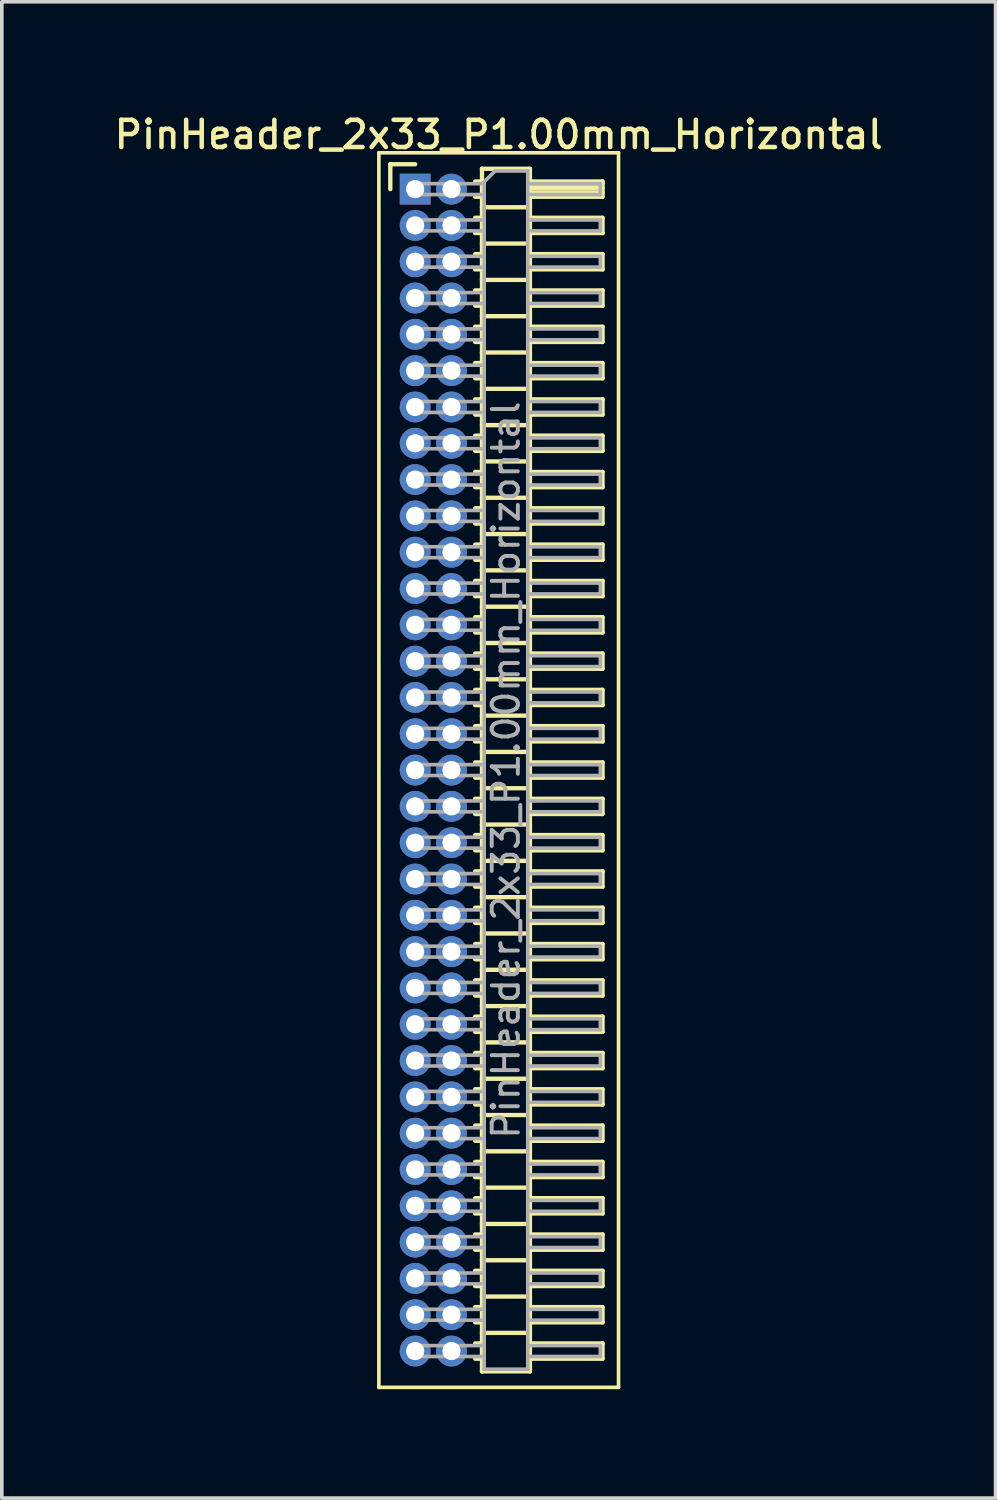
<source format=kicad_pcb>
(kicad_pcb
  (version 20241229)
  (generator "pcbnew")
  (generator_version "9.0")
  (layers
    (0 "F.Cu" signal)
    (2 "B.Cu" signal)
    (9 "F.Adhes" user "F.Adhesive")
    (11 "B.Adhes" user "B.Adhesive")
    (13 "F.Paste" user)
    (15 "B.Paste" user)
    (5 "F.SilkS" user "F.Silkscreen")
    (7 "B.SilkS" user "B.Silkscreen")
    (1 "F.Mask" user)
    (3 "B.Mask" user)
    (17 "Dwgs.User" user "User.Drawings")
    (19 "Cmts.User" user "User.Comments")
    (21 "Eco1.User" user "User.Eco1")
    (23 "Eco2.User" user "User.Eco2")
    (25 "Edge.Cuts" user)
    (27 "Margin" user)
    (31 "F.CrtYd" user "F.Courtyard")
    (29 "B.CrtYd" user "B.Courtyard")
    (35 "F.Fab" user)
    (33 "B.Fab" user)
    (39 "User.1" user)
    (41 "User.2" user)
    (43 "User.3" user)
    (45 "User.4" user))
  (footprint "PinHeader_2x33_P1.00mm_Horizontal"
    (layer "F.Cu")
    (at 8.384 2.158)
    (property "Reference" "PinHeader_2x33_P1.00mm_Horizontal" (at 2.3 -1.5 0) (layer "F.SilkS") (effects (font (size 0.75 0.75) (thickness 0.125))))
    (attr through_hole)
    (fp_line (start -1 -1) (end -1 33) (stroke (width 0.1) (type solid)) (layer "F.SilkS"))
    (fp_line (start -1 33) (end 5.6 33) (stroke (width 0.1) (type solid)) (layer "F.SilkS"))
    (fp_line (start -0.685 -0.685) (end 0 -0.685) (stroke (width 0.12) (type solid)) (layer "F.SilkS"))
    (fp_line (start -0.685 0) (end -0.685 -0.685) (stroke (width 0.12) (type solid)) (layer "F.SilkS"))
    (fp_line (start 1.652 -0.21) (end 1.84 -0.21) (stroke (width 0.12) (type solid)) (layer "F.SilkS"))
    (fp_line (start 1.652 0.21) (end 1.84 0.21) (stroke (width 0.12) (type solid)) (layer "F.SilkS"))
    (fp_line (start 1.652 0.79) (end 1.84 0.79) (stroke (width 0.12) (type solid)) (layer "F.SilkS"))
    (fp_line (start 1.652 1.21) (end 1.84 1.21) (stroke (width 0.12) (type solid)) (layer "F.SilkS"))
    (fp_line (start 1.652 1.79) (end 1.84 1.79) (stroke (width 0.12) (type solid)) (layer "F.SilkS"))
    (fp_line (start 1.652 2.21) (end 1.84 2.21) (stroke (width 0.12) (type solid)) (layer "F.SilkS"))
    (fp_line (start 1.652 2.79) (end 1.84 2.79) (stroke (width 0.12) (type solid)) (layer "F.SilkS"))
    (fp_line (start 1.652 3.21) (end 1.84 3.21) (stroke (width 0.12) (type solid)) (layer "F.SilkS"))
    (fp_line (start 1.652 3.79) (end 1.84 3.79) (stroke (width 0.12) (type solid)) (layer "F.SilkS"))
    (fp_line (start 1.652 4.21) (end 1.84 4.21) (stroke (width 0.12) (type solid)) (layer "F.SilkS"))
    (fp_line (start 1.652 4.79) (end 1.84 4.79) (stroke (width 0.12) (type solid)) (layer "F.SilkS"))
    (fp_line (start 1.652 5.21) (end 1.84 5.21) (stroke (width 0.12) (type solid)) (layer "F.SilkS"))
    (fp_line (start 1.652 5.79) (end 1.84 5.79) (stroke (width 0.12) (type solid)) (layer "F.SilkS"))
    (fp_line (start 1.652 6.21) (end 1.84 6.21) (stroke (width 0.12) (type solid)) (layer "F.SilkS"))
    (fp_line (start 1.652 6.79) (end 1.84 6.79) (stroke (width 0.12) (type solid)) (layer "F.SilkS"))
    (fp_line (start 1.652 7.21) (end 1.84 7.21) (stroke (width 0.12) (type solid)) (layer "F.SilkS"))
    (fp_line (start 1.652 7.79) (end 1.84 7.79) (stroke (width 0.12) (type solid)) (layer "F.SilkS"))
    (fp_line (start 1.652 8.21) (end 1.84 8.21) (stroke (width 0.12) (type solid)) (layer "F.SilkS"))
    (fp_line (start 1.652 8.79) (end 1.84 8.79) (stroke (width 0.12) (type solid)) (layer "F.SilkS"))
    (fp_line (start 1.652 9.21) (end 1.84 9.21) (stroke (width 0.12) (type solid)) (layer "F.SilkS"))
    (fp_line (start 1.652 9.79) (end 1.84 9.79) (stroke (width 0.12) (type solid)) (layer "F.SilkS"))
    (fp_line (start 1.652 10.21) (end 1.84 10.21) (stroke (width 0.12) (type solid)) (layer "F.SilkS"))
    (fp_line (start 1.652 10.79) (end 1.84 10.79) (stroke (width 0.12) (type solid)) (layer "F.SilkS"))
    (fp_line (start 1.652 11.21) (end 1.84 11.21) (stroke (width 0.12) (type solid)) (layer "F.SilkS"))
    (fp_line (start 1.652 11.79) (end 1.84 11.79) (stroke (width 0.12) (type solid)) (layer "F.SilkS"))
    (fp_line (start 1.652 12.21) (end 1.84 12.21) (stroke (width 0.12) (type solid)) (layer "F.SilkS"))
    (fp_line (start 1.652 12.79) (end 1.84 12.79) (stroke (width 0.12) (type solid)) (layer "F.SilkS"))
    (fp_line (start 1.652 13.21) (end 1.84 13.21) (stroke (width 0.12) (type solid)) (layer "F.SilkS"))
    (fp_line (start 1.652 13.79) (end 1.84 13.79) (stroke (width 0.12) (type solid)) (layer "F.SilkS"))
    (fp_line (start 1.652 14.21) (end 1.84 14.21) (stroke (width 0.12) (type solid)) (layer "F.SilkS"))
    (fp_line (start 1.652 14.79) (end 1.84 14.79) (stroke (width 0.12) (type solid)) (layer "F.SilkS"))
    (fp_line (start 1.652 15.21) (end 1.84 15.21) (stroke (width 0.12) (type solid)) (layer "F.SilkS"))
    (fp_line (start 1.652 15.79) (end 1.84 15.79) (stroke (width 0.12) (type solid)) (layer "F.SilkS"))
    (fp_line (start 1.652 16.21) (end 1.84 16.21) (stroke (width 0.12) (type solid)) (layer "F.SilkS"))
    (fp_line (start 1.652 16.79) (end 1.84 16.79) (stroke (width 0.12) (type solid)) (layer "F.SilkS"))
    (fp_line (start 1.652 17.21) (end 1.84 17.21) (stroke (width 0.12) (type solid)) (layer "F.SilkS"))
    (fp_line (start 1.652 17.79) (end 1.84 17.79) (stroke (width 0.12) (type solid)) (layer "F.SilkS"))
    (fp_line (start 1.652 18.21) (end 1.84 18.21) (stroke (width 0.12) (type solid)) (layer "F.SilkS"))
    (fp_line (start 1.652 18.79) (end 1.84 18.79) (stroke (width 0.12) (type solid)) (layer "F.SilkS"))
    (fp_line (start 1.652 19.21) (end 1.84 19.21) (stroke (width 0.12) (type solid)) (layer "F.SilkS"))
    (fp_line (start 1.652 19.79) (end 1.84 19.79) (stroke (width 0.12) (type solid)) (layer "F.SilkS"))
    (fp_line (start 1.652 20.21) (end 1.84 20.21) (stroke (width 0.12) (type solid)) (layer "F.SilkS"))
    (fp_line (start 1.652 20.79) (end 1.84 20.79) (stroke (width 0.12) (type solid)) (layer "F.SilkS"))
    (fp_line (start 1.652 21.21) (end 1.84 21.21) (stroke (width 0.12) (type solid)) (layer "F.SilkS"))
    (fp_line (start 1.652 21.79) (end 1.84 21.79) (stroke (width 0.12) (type solid)) (layer "F.SilkS"))
    (fp_line (start 1.652 22.21) (end 1.84 22.21) (stroke (width 0.12) (type solid)) (layer "F.SilkS"))
    (fp_line (start 1.652 22.79) (end 1.84 22.79) (stroke (width 0.12) (type solid)) (layer "F.SilkS"))
    (fp_line (start 1.652 23.21) (end 1.84 23.21) (stroke (width 0.12) (type solid)) (layer "F.SilkS"))
    (fp_line (start 1.652 23.79) (end 1.84 23.79) (stroke (width 0.12) (type solid)) (layer "F.SilkS"))
    (fp_line (start 1.652 24.21) (end 1.84 24.21) (stroke (width 0.12) (type solid)) (layer "F.SilkS"))
    (fp_line (start 1.652 24.79) (end 1.84 24.79) (stroke (width 0.12) (type solid)) (layer "F.SilkS"))
    (fp_line (start 1.652 25.21) (end 1.84 25.21) (stroke (width 0.12) (type solid)) (layer "F.SilkS"))
    (fp_line (start 1.652 25.79) (end 1.84 25.79) (stroke (width 0.12) (type solid)) (layer "F.SilkS"))
    (fp_line (start 1.652 26.21) (end 1.84 26.21) (stroke (width 0.12) (type solid)) (layer "F.SilkS"))
    (fp_line (start 1.652 26.79) (end 1.84 26.79) (stroke (width 0.12) (type solid)) (layer "F.SilkS"))
    (fp_line (start 1.652 27.21) (end 1.84 27.21) (stroke (width 0.12) (type solid)) (layer "F.SilkS"))
    (fp_line (start 1.652 27.79) (end 1.84 27.79) (stroke (width 0.12) (type solid)) (layer "F.SilkS"))
    (fp_line (start 1.652 28.21) (end 1.84 28.21) (stroke (width 0.12) (type solid)) (layer "F.SilkS"))
    (fp_line (start 1.652 28.79) (end 1.84 28.79) (stroke (width 0.12) (type solid)) (layer "F.SilkS"))
    (fp_line (start 1.652 29.21) (end 1.84 29.21) (stroke (width 0.12) (type solid)) (layer "F.SilkS"))
    (fp_line (start 1.652 29.79) (end 1.84 29.79) (stroke (width 0.12) (type solid)) (layer "F.SilkS"))
    (fp_line (start 1.652 30.21) (end 1.84 30.21) (stroke (width 0.12) (type solid)) (layer "F.SilkS"))
    (fp_line (start 1.652 30.79) (end 1.84 30.79) (stroke (width 0.12) (type solid)) (layer "F.SilkS"))
    (fp_line (start 1.652 31.21) (end 1.84 31.21) (stroke (width 0.12) (type solid)) (layer "F.SilkS"))
    (fp_line (start 1.652 31.79) (end 1.84 31.79) (stroke (width 0.12) (type solid)) (layer "F.SilkS"))
    (fp_line (start 1.652 32.21) (end 1.84 32.21) (stroke (width 0.12) (type solid)) (layer "F.SilkS"))
    (fp_line (start 1.84 -0.56) (end 1.84 32.56) (stroke (width 0.12) (type solid)) (layer "F.SilkS"))
    (fp_line (start 1.84 0.5) (end 3.16 0.5) (stroke (width 0.12) (type solid)) (layer "F.SilkS"))
    (fp_line (start 1.84 1.5) (end 3.16 1.5) (stroke (width 0.12) (type solid)) (layer "F.SilkS"))
    (fp_line (start 1.84 2.5) (end 3.16 2.5) (stroke (width 0.12) (type solid)) (layer "F.SilkS"))
    (fp_line (start 1.84 3.5) (end 3.16 3.5) (stroke (width 0.12) (type solid)) (layer "F.SilkS"))
    (fp_line (start 1.84 4.5) (end 3.16 4.5) (stroke (width 0.12) (type solid)) (layer "F.SilkS"))
    (fp_line (start 1.84 5.5) (end 3.16 5.5) (stroke (width 0.12) (type solid)) (layer "F.SilkS"))
    (fp_line (start 1.84 6.5) (end 3.16 6.5) (stroke (width 0.12) (type solid)) (layer "F.SilkS"))
    (fp_line (start 1.84 7.5) (end 3.16 7.5) (stroke (width 0.12) (type solid)) (layer "F.SilkS"))
    (fp_line (start 1.84 8.5) (end 3.16 8.5) (stroke (width 0.12) (type solid)) (layer "F.SilkS"))
    (fp_line (start 1.84 9.5) (end 3.16 9.5) (stroke (width 0.12) (type solid)) (layer "F.SilkS"))
    (fp_line (start 1.84 10.5) (end 3.16 10.5) (stroke (width 0.12) (type solid)) (layer "F.SilkS"))
    (fp_line (start 1.84 11.5) (end 3.16 11.5) (stroke (width 0.12) (type solid)) (layer "F.SilkS"))
    (fp_line (start 1.84 12.5) (end 3.16 12.5) (stroke (width 0.12) (type solid)) (layer "F.SilkS"))
    (fp_line (start 1.84 13.5) (end 3.16 13.5) (stroke (width 0.12) (type solid)) (layer "F.SilkS"))
    (fp_line (start 1.84 14.5) (end 3.16 14.5) (stroke (width 0.12) (type solid)) (layer "F.SilkS"))
    (fp_line (start 1.84 15.5) (end 3.16 15.5) (stroke (width 0.12) (type solid)) (layer "F.SilkS"))
    (fp_line (start 1.84 16.5) (end 3.16 16.5) (stroke (width 0.12) (type solid)) (layer "F.SilkS"))
    (fp_line (start 1.84 17.5) (end 3.16 17.5) (stroke (width 0.12) (type solid)) (layer "F.SilkS"))
    (fp_line (start 1.84 18.5) (end 3.16 18.5) (stroke (width 0.12) (type solid)) (layer "F.SilkS"))
    (fp_line (start 1.84 19.5) (end 3.16 19.5) (stroke (width 0.12) (type solid)) (layer "F.SilkS"))
    (fp_line (start 1.84 20.5) (end 3.16 20.5) (stroke (width 0.12) (type solid)) (layer "F.SilkS"))
    (fp_line (start 1.84 21.5) (end 3.16 21.5) (stroke (width 0.12) (type solid)) (layer "F.SilkS"))
    (fp_line (start 1.84 22.5) (end 3.16 22.5) (stroke (width 0.12) (type solid)) (layer "F.SilkS"))
    (fp_line (start 1.84 23.5) (end 3.16 23.5) (stroke (width 0.12) (type solid)) (layer "F.SilkS"))
    (fp_line (start 1.84 24.5) (end 3.16 24.5) (stroke (width 0.12) (type solid)) (layer "F.SilkS"))
    (fp_line (start 1.84 25.5) (end 3.16 25.5) (stroke (width 0.12) (type solid)) (layer "F.SilkS"))
    (fp_line (start 1.84 26.5) (end 3.16 26.5) (stroke (width 0.12) (type solid)) (layer "F.SilkS"))
    (fp_line (start 1.84 27.5) (end 3.16 27.5) (stroke (width 0.12) (type solid)) (layer "F.SilkS"))
    (fp_line (start 1.84 28.5) (end 3.16 28.5) (stroke (width 0.12) (type solid)) (layer "F.SilkS"))
    (fp_line (start 1.84 29.5) (end 3.16 29.5) (stroke (width 0.12) (type solid)) (layer "F.SilkS"))
    (fp_line (start 1.84 30.5) (end 3.16 30.5) (stroke (width 0.12) (type solid)) (layer "F.SilkS"))
    (fp_line (start 1.84 31.5) (end 3.16 31.5) (stroke (width 0.12) (type solid)) (layer "F.SilkS"))
    (fp_line (start 1.84 32.56) (end 3.16 32.56) (stroke (width 0.12) (type solid)) (layer "F.SilkS"))
    (fp_line (start 3.16 -0.56) (end 1.84 -0.56) (stroke (width 0.12) (type solid)) (layer "F.SilkS"))
    (fp_line (start 3.16 -0.21) (end 5.16 -0.21) (stroke (width 0.12) (type solid)) (layer "F.SilkS"))
    (fp_line (start 3.16 -0.15) (end 5.16 -0.15) (stroke (width 0.12) (type solid)) (layer "F.SilkS"))
    (fp_line (start 3.16 -0.03) (end 5.16 -0.03) (stroke (width 0.12) (type solid)) (layer "F.SilkS"))
    (fp_line (start 3.16 0.09) (end 5.16 0.09) (stroke (width 0.12) (type solid)) (layer "F.SilkS"))
    (fp_line (start 3.16 0.79) (end 5.16 0.79) (stroke (width 0.12) (type solid)) (layer "F.SilkS"))
    (fp_line (start 3.16 1.79) (end 5.16 1.79) (stroke (width 0.12) (type solid)) (layer "F.SilkS"))
    (fp_line (start 3.16 2.79) (end 5.16 2.79) (stroke (width 0.12) (type solid)) (layer "F.SilkS"))
    (fp_line (start 3.16 3.79) (end 5.16 3.79) (stroke (width 0.12) (type solid)) (layer "F.SilkS"))
    (fp_line (start 3.16 4.79) (end 5.16 4.79) (stroke (width 0.12) (type solid)) (layer "F.SilkS"))
    (fp_line (start 3.16 5.79) (end 5.16 5.79) (stroke (width 0.12) (type solid)) (layer "F.SilkS"))
    (fp_line (start 3.16 6.79) (end 5.16 6.79) (stroke (width 0.12) (type solid)) (layer "F.SilkS"))
    (fp_line (start 3.16 7.79) (end 5.16 7.79) (stroke (width 0.12) (type solid)) (layer "F.SilkS"))
    (fp_line (start 3.16 8.79) (end 5.16 8.79) (stroke (width 0.12) (type solid)) (layer "F.SilkS"))
    (fp_line (start 3.16 9.79) (end 5.16 9.79) (stroke (width 0.12) (type solid)) (layer "F.SilkS"))
    (fp_line (start 3.16 10.79) (end 5.16 10.79) (stroke (width 0.12) (type solid)) (layer "F.SilkS"))
    (fp_line (start 3.16 11.79) (end 5.16 11.79) (stroke (width 0.12) (type solid)) (layer "F.SilkS"))
    (fp_line (start 3.16 12.79) (end 5.16 12.79) (stroke (width 0.12) (type solid)) (layer "F.SilkS"))
    (fp_line (start 3.16 13.79) (end 5.16 13.79) (stroke (width 0.12) (type solid)) (layer "F.SilkS"))
    (fp_line (start 3.16 14.79) (end 5.16 14.79) (stroke (width 0.12) (type solid)) (layer "F.SilkS"))
    (fp_line (start 3.16 15.79) (end 5.16 15.79) (stroke (width 0.12) (type solid)) (layer "F.SilkS"))
    (fp_line (start 3.16 16.79) (end 5.16 16.79) (stroke (width 0.12) (type solid)) (layer "F.SilkS"))
    (fp_line (start 3.16 17.79) (end 5.16 17.79) (stroke (width 0.12) (type solid)) (layer "F.SilkS"))
    (fp_line (start 3.16 18.79) (end 5.16 18.79) (stroke (width 0.12) (type solid)) (layer "F.SilkS"))
    (fp_line (start 3.16 19.79) (end 5.16 19.79) (stroke (width 0.12) (type solid)) (layer "F.SilkS"))
    (fp_line (start 3.16 20.79) (end 5.16 20.79) (stroke (width 0.12) (type solid)) (layer "F.SilkS"))
    (fp_line (start 3.16 21.79) (end 5.16 21.79) (stroke (width 0.12) (type solid)) (layer "F.SilkS"))
    (fp_line (start 3.16 22.79) (end 5.16 22.79) (stroke (width 0.12) (type solid)) (layer "F.SilkS"))
    (fp_line (start 3.16 23.79) (end 5.16 23.79) (stroke (width 0.12) (type solid)) (layer "F.SilkS"))
    (fp_line (start 3.16 24.79) (end 5.16 24.79) (stroke (width 0.12) (type solid)) (layer "F.SilkS"))
    (fp_line (start 3.16 25.79) (end 5.16 25.79) (stroke (width 0.12) (type solid)) (layer "F.SilkS"))
    (fp_line (start 3.16 26.79) (end 5.16 26.79) (stroke (width 0.12) (type solid)) (layer "F.SilkS"))
    (fp_line (start 3.16 27.79) (end 5.16 27.79) (stroke (width 0.12) (type solid)) (layer "F.SilkS"))
    (fp_line (start 3.16 28.79) (end 5.16 28.79) (stroke (width 0.12) (type solid)) (layer "F.SilkS"))
    (fp_line (start 3.16 29.79) (end 5.16 29.79) (stroke (width 0.12) (type solid)) (layer "F.SilkS"))
    (fp_line (start 3.16 30.79) (end 5.16 30.79) (stroke (width 0.12) (type solid)) (layer "F.SilkS"))
    (fp_line (start 3.16 31.79) (end 5.16 31.79) (stroke (width 0.12) (type solid)) (layer "F.SilkS"))
    (fp_line (start 3.16 32.56) (end 3.16 -0.56) (stroke (width 0.12) (type solid)) (layer "F.SilkS"))
    (fp_line (start 5.16 -0.21) (end 5.16 0.21) (stroke (width 0.12) (type solid)) (layer "F.SilkS"))
    (fp_line (start 5.16 0.21) (end 3.16 0.21) (stroke (width 0.12) (type solid)) (layer "F.SilkS"))
    (fp_line (start 5.16 0.79) (end 5.16 1.21) (stroke (width 0.12) (type solid)) (layer "F.SilkS"))
    (fp_line (start 5.16 1.21) (end 3.16 1.21) (stroke (width 0.12) (type solid)) (layer "F.SilkS"))
    (fp_line (start 5.16 1.79) (end 5.16 2.21) (stroke (width 0.12) (type solid)) (layer "F.SilkS"))
    (fp_line (start 5.16 2.21) (end 3.16 2.21) (stroke (width 0.12) (type solid)) (layer "F.SilkS"))
    (fp_line (start 5.16 2.79) (end 5.16 3.21) (stroke (width 0.12) (type solid)) (layer "F.SilkS"))
    (fp_line (start 5.16 3.21) (end 3.16 3.21) (stroke (width 0.12) (type solid)) (layer "F.SilkS"))
    (fp_line (start 5.16 3.79) (end 5.16 4.21) (stroke (width 0.12) (type solid)) (layer "F.SilkS"))
    (fp_line (start 5.16 4.21) (end 3.16 4.21) (stroke (width 0.12) (type solid)) (layer "F.SilkS"))
    (fp_line (start 5.16 4.79) (end 5.16 5.21) (stroke (width 0.12) (type solid)) (layer "F.SilkS"))
    (fp_line (start 5.16 5.21) (end 3.16 5.21) (stroke (width 0.12) (type solid)) (layer "F.SilkS"))
    (fp_line (start 5.16 5.79) (end 5.16 6.21) (stroke (width 0.12) (type solid)) (layer "F.SilkS"))
    (fp_line (start 5.16 6.21) (end 3.16 6.21) (stroke (width 0.12) (type solid)) (layer "F.SilkS"))
    (fp_line (start 5.16 6.79) (end 5.16 7.21) (stroke (width 0.12) (type solid)) (layer "F.SilkS"))
    (fp_line (start 5.16 7.21) (end 3.16 7.21) (stroke (width 0.12) (type solid)) (layer "F.SilkS"))
    (fp_line (start 5.16 7.79) (end 5.16 8.21) (stroke (width 0.12) (type solid)) (layer "F.SilkS"))
    (fp_line (start 5.16 8.21) (end 3.16 8.21) (stroke (width 0.12) (type solid)) (layer "F.SilkS"))
    (fp_line (start 5.16 8.79) (end 5.16 9.21) (stroke (width 0.12) (type solid)) (layer "F.SilkS"))
    (fp_line (start 5.16 9.21) (end 3.16 9.21) (stroke (width 0.12) (type solid)) (layer "F.SilkS"))
    (fp_line (start 5.16 9.79) (end 5.16 10.21) (stroke (width 0.12) (type solid)) (layer "F.SilkS"))
    (fp_line (start 5.16 10.21) (end 3.16 10.21) (stroke (width 0.12) (type solid)) (layer "F.SilkS"))
    (fp_line (start 5.16 10.79) (end 5.16 11.21) (stroke (width 0.12) (type solid)) (layer "F.SilkS"))
    (fp_line (start 5.16 11.21) (end 3.16 11.21) (stroke (width 0.12) (type solid)) (layer "F.SilkS"))
    (fp_line (start 5.16 11.79) (end 5.16 12.21) (stroke (width 0.12) (type solid)) (layer "F.SilkS"))
    (fp_line (start 5.16 12.21) (end 3.16 12.21) (stroke (width 0.12) (type solid)) (layer "F.SilkS"))
    (fp_line (start 5.16 12.79) (end 5.16 13.21) (stroke (width 0.12) (type solid)) (layer "F.SilkS"))
    (fp_line (start 5.16 13.21) (end 3.16 13.21) (stroke (width 0.12) (type solid)) (layer "F.SilkS"))
    (fp_line (start 5.16 13.79) (end 5.16 14.21) (stroke (width 0.12) (type solid)) (layer "F.SilkS"))
    (fp_line (start 5.16 14.21) (end 3.16 14.21) (stroke (width 0.12) (type solid)) (layer "F.SilkS"))
    (fp_line (start 5.16 14.79) (end 5.16 15.21) (stroke (width 0.12) (type solid)) (layer "F.SilkS"))
    (fp_line (start 5.16 15.21) (end 3.16 15.21) (stroke (width 0.12) (type solid)) (layer "F.SilkS"))
    (fp_line (start 5.16 15.79) (end 5.16 16.21) (stroke (width 0.12) (type solid)) (layer "F.SilkS"))
    (fp_line (start 5.16 16.21) (end 3.16 16.21) (stroke (width 0.12) (type solid)) (layer "F.SilkS"))
    (fp_line (start 5.16 16.79) (end 5.16 17.21) (stroke (width 0.12) (type solid)) (layer "F.SilkS"))
    (fp_line (start 5.16 17.21) (end 3.16 17.21) (stroke (width 0.12) (type solid)) (layer "F.SilkS"))
    (fp_line (start 5.16 17.79) (end 5.16 18.21) (stroke (width 0.12) (type solid)) (layer "F.SilkS"))
    (fp_line (start 5.16 18.21) (end 3.16 18.21) (stroke (width 0.12) (type solid)) (layer "F.SilkS"))
    (fp_line (start 5.16 18.79) (end 5.16 19.21) (stroke (width 0.12) (type solid)) (layer "F.SilkS"))
    (fp_line (start 5.16 19.21) (end 3.16 19.21) (stroke (width 0.12) (type solid)) (layer "F.SilkS"))
    (fp_line (start 5.16 19.79) (end 5.16 20.21) (stroke (width 0.12) (type solid)) (layer "F.SilkS"))
    (fp_line (start 5.16 20.21) (end 3.16 20.21) (stroke (width 0.12) (type solid)) (layer "F.SilkS"))
    (fp_line (start 5.16 20.79) (end 5.16 21.21) (stroke (width 0.12) (type solid)) (layer "F.SilkS"))
    (fp_line (start 5.16 21.21) (end 3.16 21.21) (stroke (width 0.12) (type solid)) (layer "F.SilkS"))
    (fp_line (start 5.16 21.79) (end 5.16 22.21) (stroke (width 0.12) (type solid)) (layer "F.SilkS"))
    (fp_line (start 5.16 22.21) (end 3.16 22.21) (stroke (width 0.12) (type solid)) (layer "F.SilkS"))
    (fp_line (start 5.16 22.79) (end 5.16 23.21) (stroke (width 0.12) (type solid)) (layer "F.SilkS"))
    (fp_line (start 5.16 23.21) (end 3.16 23.21) (stroke (width 0.12) (type solid)) (layer "F.SilkS"))
    (fp_line (start 5.16 23.79) (end 5.16 24.21) (stroke (width 0.12) (type solid)) (layer "F.SilkS"))
    (fp_line (start 5.16 24.21) (end 3.16 24.21) (stroke (width 0.12) (type solid)) (layer "F.SilkS"))
    (fp_line (start 5.16 24.79) (end 5.16 25.21) (stroke (width 0.12) (type solid)) (layer "F.SilkS"))
    (fp_line (start 5.16 25.21) (end 3.16 25.21) (stroke (width 0.12) (type solid)) (layer "F.SilkS"))
    (fp_line (start 5.16 25.79) (end 5.16 26.21) (stroke (width 0.12) (type solid)) (layer "F.SilkS"))
    (fp_line (start 5.16 26.21) (end 3.16 26.21) (stroke (width 0.12) (type solid)) (layer "F.SilkS"))
    (fp_line (start 5.16 26.79) (end 5.16 27.21) (stroke (width 0.12) (type solid)) (layer "F.SilkS"))
    (fp_line (start 5.16 27.21) (end 3.16 27.21) (stroke (width 0.12) (type solid)) (layer "F.SilkS"))
    (fp_line (start 5.16 27.79) (end 5.16 28.21) (stroke (width 0.12) (type solid)) (layer "F.SilkS"))
    (fp_line (start 5.16 28.21) (end 3.16 28.21) (stroke (width 0.12) (type solid)) (layer "F.SilkS"))
    (fp_line (start 5.16 28.79) (end 5.16 29.21) (stroke (width 0.12) (type solid)) (layer "F.SilkS"))
    (fp_line (start 5.16 29.21) (end 3.16 29.21) (stroke (width 0.12) (type solid)) (layer "F.SilkS"))
    (fp_line (start 5.16 29.79) (end 5.16 30.21) (stroke (width 0.12) (type solid)) (layer "F.SilkS"))
    (fp_line (start 5.16 30.21) (end 3.16 30.21) (stroke (width 0.12) (type solid)) (layer "F.SilkS"))
    (fp_line (start 5.16 30.79) (end 5.16 31.21) (stroke (width 0.12) (type solid)) (layer "F.SilkS"))
    (fp_line (start 5.16 31.21) (end 3.16 31.21) (stroke (width 0.12) (type solid)) (layer "F.SilkS"))
    (fp_line (start 5.16 31.79) (end 5.16 32.21) (stroke (width 0.12) (type solid)) (layer "F.SilkS"))
    (fp_line (start 5.16 32.21) (end 3.16 32.21) (stroke (width 0.12) (type solid)) (layer "F.SilkS"))
    (fp_line (start 5.6 -1) (end -1 -1) (stroke (width 0.1) (type solid)) (layer "F.SilkS"))
    (fp_line (start 5.6 33) (end 5.6 -1) (stroke (width 0.1) (type solid)) (layer "F.SilkS"))
    (fp_line (start -0.15 -0.15) (end -0.15 0.15) (stroke (width 0.1) (type solid)) (layer "F.Fab"))
    (fp_line (start -0.15 -0.15) (end 1.9 -0.15) (stroke (width 0.1) (type solid)) (layer "F.Fab"))
    (fp_line (start -0.15 0.15) (end 1.9 0.15) (stroke (width 0.1) (type solid)) (layer "F.Fab"))
    (fp_line (start -0.15 0.85) (end -0.15 1.15) (stroke (width 0.1) (type solid)) (layer "F.Fab"))
    (fp_line (start -0.15 0.85) (end 1.9 0.85) (stroke (width 0.1) (type solid)) (layer "F.Fab"))
    (fp_line (start -0.15 1.15) (end 1.9 1.15) (stroke (width 0.1) (type solid)) (layer "F.Fab"))
    (fp_line (start -0.15 1.85) (end -0.15 2.15) (stroke (width 0.1) (type solid)) (layer "F.Fab"))
    (fp_line (start -0.15 1.85) (end 1.9 1.85) (stroke (width 0.1) (type solid)) (layer "F.Fab"))
    (fp_line (start -0.15 2.15) (end 1.9 2.15) (stroke (width 0.1) (type solid)) (layer "F.Fab"))
    (fp_line (start -0.15 2.85) (end -0.15 3.15) (stroke (width 0.1) (type solid)) (layer "F.Fab"))
    (fp_line (start -0.15 2.85) (end 1.9 2.85) (stroke (width 0.1) (type solid)) (layer "F.Fab"))
    (fp_line (start -0.15 3.15) (end 1.9 3.15) (stroke (width 0.1) (type solid)) (layer "F.Fab"))
    (fp_line (start -0.15 3.85) (end -0.15 4.15) (stroke (width 0.1) (type solid)) (layer "F.Fab"))
    (fp_line (start -0.15 3.85) (end 1.9 3.85) (stroke (width 0.1) (type solid)) (layer "F.Fab"))
    (fp_line (start -0.15 4.15) (end 1.9 4.15) (stroke (width 0.1) (type solid)) (layer "F.Fab"))
    (fp_line (start -0.15 4.85) (end -0.15 5.15) (stroke (width 0.1) (type solid)) (layer "F.Fab"))
    (fp_line (start -0.15 4.85) (end 1.9 4.85) (stroke (width 0.1) (type solid)) (layer "F.Fab"))
    (fp_line (start -0.15 5.15) (end 1.9 5.15) (stroke (width 0.1) (type solid)) (layer "F.Fab"))
    (fp_line (start -0.15 5.85) (end -0.15 6.15) (stroke (width 0.1) (type solid)) (layer "F.Fab"))
    (fp_line (start -0.15 5.85) (end 1.9 5.85) (stroke (width 0.1) (type solid)) (layer "F.Fab"))
    (fp_line (start -0.15 6.15) (end 1.9 6.15) (stroke (width 0.1) (type solid)) (layer "F.Fab"))
    (fp_line (start -0.15 6.85) (end -0.15 7.15) (stroke (width 0.1) (type solid)) (layer "F.Fab"))
    (fp_line (start -0.15 6.85) (end 1.9 6.85) (stroke (width 0.1) (type solid)) (layer "F.Fab"))
    (fp_line (start -0.15 7.15) (end 1.9 7.15) (stroke (width 0.1) (type solid)) (layer "F.Fab"))
    (fp_line (start -0.15 7.85) (end -0.15 8.15) (stroke (width 0.1) (type solid)) (layer "F.Fab"))
    (fp_line (start -0.15 7.85) (end 1.9 7.85) (stroke (width 0.1) (type solid)) (layer "F.Fab"))
    (fp_line (start -0.15 8.15) (end 1.9 8.15) (stroke (width 0.1) (type solid)) (layer "F.Fab"))
    (fp_line (start -0.15 8.85) (end -0.15 9.15) (stroke (width 0.1) (type solid)) (layer "F.Fab"))
    (fp_line (start -0.15 8.85) (end 1.9 8.85) (stroke (width 0.1) (type solid)) (layer "F.Fab"))
    (fp_line (start -0.15 9.15) (end 1.9 9.15) (stroke (width 0.1) (type solid)) (layer "F.Fab"))
    (fp_line (start -0.15 9.85) (end -0.15 10.15) (stroke (width 0.1) (type solid)) (layer "F.Fab"))
    (fp_line (start -0.15 9.85) (end 1.9 9.85) (stroke (width 0.1) (type solid)) (layer "F.Fab"))
    (fp_line (start -0.15 10.15) (end 1.9 10.15) (stroke (width 0.1) (type solid)) (layer "F.Fab"))
    (fp_line (start -0.15 10.85) (end -0.15 11.15) (stroke (width 0.1) (type solid)) (layer "F.Fab"))
    (fp_line (start -0.15 10.85) (end 1.9 10.85) (stroke (width 0.1) (type solid)) (layer "F.Fab"))
    (fp_line (start -0.15 11.15) (end 1.9 11.15) (stroke (width 0.1) (type solid)) (layer "F.Fab"))
    (fp_line (start -0.15 11.85) (end -0.15 12.15) (stroke (width 0.1) (type solid)) (layer "F.Fab"))
    (fp_line (start -0.15 11.85) (end 1.9 11.85) (stroke (width 0.1) (type solid)) (layer "F.Fab"))
    (fp_line (start -0.15 12.15) (end 1.9 12.15) (stroke (width 0.1) (type solid)) (layer "F.Fab"))
    (fp_line (start -0.15 12.85) (end -0.15 13.15) (stroke (width 0.1) (type solid)) (layer "F.Fab"))
    (fp_line (start -0.15 12.85) (end 1.9 12.85) (stroke (width 0.1) (type solid)) (layer "F.Fab"))
    (fp_line (start -0.15 13.15) (end 1.9 13.15) (stroke (width 0.1) (type solid)) (layer "F.Fab"))
    (fp_line (start -0.15 13.85) (end -0.15 14.15) (stroke (width 0.1) (type solid)) (layer "F.Fab"))
    (fp_line (start -0.15 13.85) (end 1.9 13.85) (stroke (width 0.1) (type solid)) (layer "F.Fab"))
    (fp_line (start -0.15 14.15) (end 1.9 14.15) (stroke (width 0.1) (type solid)) (layer "F.Fab"))
    (fp_line (start -0.15 14.85) (end -0.15 15.15) (stroke (width 0.1) (type solid)) (layer "F.Fab"))
    (fp_line (start -0.15 14.85) (end 1.9 14.85) (stroke (width 0.1) (type solid)) (layer "F.Fab"))
    (fp_line (start -0.15 15.15) (end 1.9 15.15) (stroke (width 0.1) (type solid)) (layer "F.Fab"))
    (fp_line (start -0.15 15.85) (end -0.15 16.15) (stroke (width 0.1) (type solid)) (layer "F.Fab"))
    (fp_line (start -0.15 15.85) (end 1.9 15.85) (stroke (width 0.1) (type solid)) (layer "F.Fab"))
    (fp_line (start -0.15 16.15) (end 1.9 16.15) (stroke (width 0.1) (type solid)) (layer "F.Fab"))
    (fp_line (start -0.15 16.85) (end -0.15 17.15) (stroke (width 0.1) (type solid)) (layer "F.Fab"))
    (fp_line (start -0.15 16.85) (end 1.9 16.85) (stroke (width 0.1) (type solid)) (layer "F.Fab"))
    (fp_line (start -0.15 17.15) (end 1.9 17.15) (stroke (width 0.1) (type solid)) (layer "F.Fab"))
    (fp_line (start -0.15 17.85) (end -0.15 18.15) (stroke (width 0.1) (type solid)) (layer "F.Fab"))
    (fp_line (start -0.15 17.85) (end 1.9 17.85) (stroke (width 0.1) (type solid)) (layer "F.Fab"))
    (fp_line (start -0.15 18.15) (end 1.9 18.15) (stroke (width 0.1) (type solid)) (layer "F.Fab"))
    (fp_line (start -0.15 18.85) (end -0.15 19.15) (stroke (width 0.1) (type solid)) (layer "F.Fab"))
    (fp_line (start -0.15 18.85) (end 1.9 18.85) (stroke (width 0.1) (type solid)) (layer "F.Fab"))
    (fp_line (start -0.15 19.15) (end 1.9 19.15) (stroke (width 0.1) (type solid)) (layer "F.Fab"))
    (fp_line (start -0.15 19.85) (end -0.15 20.15) (stroke (width 0.1) (type solid)) (layer "F.Fab"))
    (fp_line (start -0.15 19.85) (end 1.9 19.85) (stroke (width 0.1) (type solid)) (layer "F.Fab"))
    (fp_line (start -0.15 20.15) (end 1.9 20.15) (stroke (width 0.1) (type solid)) (layer "F.Fab"))
    (fp_line (start -0.15 20.85) (end -0.15 21.15) (stroke (width 0.1) (type solid)) (layer "F.Fab"))
    (fp_line (start -0.15 20.85) (end 1.9 20.85) (stroke (width 0.1) (type solid)) (layer "F.Fab"))
    (fp_line (start -0.15 21.15) (end 1.9 21.15) (stroke (width 0.1) (type solid)) (layer "F.Fab"))
    (fp_line (start -0.15 21.85) (end -0.15 22.15) (stroke (width 0.1) (type solid)) (layer "F.Fab"))
    (fp_line (start -0.15 21.85) (end 1.9 21.85) (stroke (width 0.1) (type solid)) (layer "F.Fab"))
    (fp_line (start -0.15 22.15) (end 1.9 22.15) (stroke (width 0.1) (type solid)) (layer "F.Fab"))
    (fp_line (start -0.15 22.85) (end -0.15 23.15) (stroke (width 0.1) (type solid)) (layer "F.Fab"))
    (fp_line (start -0.15 22.85) (end 1.9 22.85) (stroke (width 0.1) (type solid)) (layer "F.Fab"))
    (fp_line (start -0.15 23.15) (end 1.9 23.15) (stroke (width 0.1) (type solid)) (layer "F.Fab"))
    (fp_line (start -0.15 23.85) (end -0.15 24.15) (stroke (width 0.1) (type solid)) (layer "F.Fab"))
    (fp_line (start -0.15 23.85) (end 1.9 23.85) (stroke (width 0.1) (type solid)) (layer "F.Fab"))
    (fp_line (start -0.15 24.15) (end 1.9 24.15) (stroke (width 0.1) (type solid)) (layer "F.Fab"))
    (fp_line (start -0.15 24.85) (end -0.15 25.15) (stroke (width 0.1) (type solid)) (layer "F.Fab"))
    (fp_line (start -0.15 24.85) (end 1.9 24.85) (stroke (width 0.1) (type solid)) (layer "F.Fab"))
    (fp_line (start -0.15 25.15) (end 1.9 25.15) (stroke (width 0.1) (type solid)) (layer "F.Fab"))
    (fp_line (start -0.15 25.85) (end -0.15 26.15) (stroke (width 0.1) (type solid)) (layer "F.Fab"))
    (fp_line (start -0.15 25.85) (end 1.9 25.85) (stroke (width 0.1) (type solid)) (layer "F.Fab"))
    (fp_line (start -0.15 26.15) (end 1.9 26.15) (stroke (width 0.1) (type solid)) (layer "F.Fab"))
    (fp_line (start -0.15 26.85) (end -0.15 27.15) (stroke (width 0.1) (type solid)) (layer "F.Fab"))
    (fp_line (start -0.15 26.85) (end 1.9 26.85) (stroke (width 0.1) (type solid)) (layer "F.Fab"))
    (fp_line (start -0.15 27.15) (end 1.9 27.15) (stroke (width 0.1) (type solid)) (layer "F.Fab"))
    (fp_line (start -0.15 27.85) (end -0.15 28.15) (stroke (width 0.1) (type solid)) (layer "F.Fab"))
    (fp_line (start -0.15 27.85) (end 1.9 27.85) (stroke (width 0.1) (type solid)) (layer "F.Fab"))
    (fp_line (start -0.15 28.15) (end 1.9 28.15) (stroke (width 0.1) (type solid)) (layer "F.Fab"))
    (fp_line (start -0.15 28.85) (end -0.15 29.15) (stroke (width 0.1) (type solid)) (layer "F.Fab"))
    (fp_line (start -0.15 28.85) (end 1.9 28.85) (stroke (width 0.1) (type solid)) (layer "F.Fab"))
    (fp_line (start -0.15 29.15) (end 1.9 29.15) (stroke (width 0.1) (type solid)) (layer "F.Fab"))
    (fp_line (start -0.15 29.85) (end -0.15 30.15) (stroke (width 0.1) (type solid)) (layer "F.Fab"))
    (fp_line (start -0.15 29.85) (end 1.9 29.85) (stroke (width 0.1) (type solid)) (layer "F.Fab"))
    (fp_line (start -0.15 30.15) (end 1.9 30.15) (stroke (width 0.1) (type solid)) (layer "F.Fab"))
    (fp_line (start -0.15 30.85) (end -0.15 31.15) (stroke (width 0.1) (type solid)) (layer "F.Fab"))
    (fp_line (start -0.15 30.85) (end 1.9 30.85) (stroke (width 0.1) (type solid)) (layer "F.Fab"))
    (fp_line (start -0.15 31.15) (end 1.9 31.15) (stroke (width 0.1) (type solid)) (layer "F.Fab"))
    (fp_line (start -0.15 31.85) (end -0.15 32.15) (stroke (width 0.1) (type solid)) (layer "F.Fab"))
    (fp_line (start -0.15 31.85) (end 1.9 31.85) (stroke (width 0.1) (type solid)) (layer "F.Fab"))
    (fp_line (start -0.15 32.15) (end 1.9 32.15) (stroke (width 0.1) (type solid)) (layer "F.Fab"))
    (fp_line (start 1.9 -0.2) (end 2.2 -0.5) (stroke (width 0.1) (type solid)) (layer "F.Fab"))
    (fp_line (start 1.9 32.5) (end 1.9 -0.2) (stroke (width 0.1) (type solid)) (layer "F.Fab"))
    (fp_line (start 2.2 -0.5) (end 3.1 -0.5) (stroke (width 0.1) (type solid)) (layer "F.Fab"))
    (fp_line (start 3.1 -0.5) (end 3.1 32.5) (stroke (width 0.1) (type solid)) (layer "F.Fab"))
    (fp_line (start 3.1 -0.15) (end 5.1 -0.15) (stroke (width 0.1) (type solid)) (layer "F.Fab"))
    (fp_line (start 3.1 0.15) (end 5.1 0.15) (stroke (width 0.1) (type solid)) (layer "F.Fab"))
    (fp_line (start 3.1 0.85) (end 5.1 0.85) (stroke (width 0.1) (type solid)) (layer "F.Fab"))
    (fp_line (start 3.1 1.15) (end 5.1 1.15) (stroke (width 0.1) (type solid)) (layer "F.Fab"))
    (fp_line (start 3.1 1.85) (end 5.1 1.85) (stroke (width 0.1) (type solid)) (layer "F.Fab"))
    (fp_line (start 3.1 2.15) (end 5.1 2.15) (stroke (width 0.1) (type solid)) (layer "F.Fab"))
    (fp_line (start 3.1 2.85) (end 5.1 2.85) (stroke (width 0.1) (type solid)) (layer "F.Fab"))
    (fp_line (start 3.1 3.15) (end 5.1 3.15) (stroke (width 0.1) (type solid)) (layer "F.Fab"))
    (fp_line (start 3.1 3.85) (end 5.1 3.85) (stroke (width 0.1) (type solid)) (layer "F.Fab"))
    (fp_line (start 3.1 4.15) (end 5.1 4.15) (stroke (width 0.1) (type solid)) (layer "F.Fab"))
    (fp_line (start 3.1 4.85) (end 5.1 4.85) (stroke (width 0.1) (type solid)) (layer "F.Fab"))
    (fp_line (start 3.1 5.15) (end 5.1 5.15) (stroke (width 0.1) (type solid)) (layer "F.Fab"))
    (fp_line (start 3.1 5.85) (end 5.1 5.85) (stroke (width 0.1) (type solid)) (layer "F.Fab"))
    (fp_line (start 3.1 6.15) (end 5.1 6.15) (stroke (width 0.1) (type solid)) (layer "F.Fab"))
    (fp_line (start 3.1 6.85) (end 5.1 6.85) (stroke (width 0.1) (type solid)) (layer "F.Fab"))
    (fp_line (start 3.1 7.15) (end 5.1 7.15) (stroke (width 0.1) (type solid)) (layer "F.Fab"))
    (fp_line (start 3.1 7.85) (end 5.1 7.85) (stroke (width 0.1) (type solid)) (layer "F.Fab"))
    (fp_line (start 3.1 8.15) (end 5.1 8.15) (stroke (width 0.1) (type solid)) (layer "F.Fab"))
    (fp_line (start 3.1 8.85) (end 5.1 8.85) (stroke (width 0.1) (type solid)) (layer "F.Fab"))
    (fp_line (start 3.1 9.15) (end 5.1 9.15) (stroke (width 0.1) (type solid)) (layer "F.Fab"))
    (fp_line (start 3.1 9.85) (end 5.1 9.85) (stroke (width 0.1) (type solid)) (layer "F.Fab"))
    (fp_line (start 3.1 10.15) (end 5.1 10.15) (stroke (width 0.1) (type solid)) (layer "F.Fab"))
    (fp_line (start 3.1 10.85) (end 5.1 10.85) (stroke (width 0.1) (type solid)) (layer "F.Fab"))
    (fp_line (start 3.1 11.15) (end 5.1 11.15) (stroke (width 0.1) (type solid)) (layer "F.Fab"))
    (fp_line (start 3.1 11.85) (end 5.1 11.85) (stroke (width 0.1) (type solid)) (layer "F.Fab"))
    (fp_line (start 3.1 12.15) (end 5.1 12.15) (stroke (width 0.1) (type solid)) (layer "F.Fab"))
    (fp_line (start 3.1 12.85) (end 5.1 12.85) (stroke (width 0.1) (type solid)) (layer "F.Fab"))
    (fp_line (start 3.1 13.15) (end 5.1 13.15) (stroke (width 0.1) (type solid)) (layer "F.Fab"))
    (fp_line (start 3.1 13.85) (end 5.1 13.85) (stroke (width 0.1) (type solid)) (layer "F.Fab"))
    (fp_line (start 3.1 14.15) (end 5.1 14.15) (stroke (width 0.1) (type solid)) (layer "F.Fab"))
    (fp_line (start 3.1 14.85) (end 5.1 14.85) (stroke (width 0.1) (type solid)) (layer "F.Fab"))
    (fp_line (start 3.1 15.15) (end 5.1 15.15) (stroke (width 0.1) (type solid)) (layer "F.Fab"))
    (fp_line (start 3.1 15.85) (end 5.1 15.85) (stroke (width 0.1) (type solid)) (layer "F.Fab"))
    (fp_line (start 3.1 16.15) (end 5.1 16.15) (stroke (width 0.1) (type solid)) (layer "F.Fab"))
    (fp_line (start 3.1 16.85) (end 5.1 16.85) (stroke (width 0.1) (type solid)) (layer "F.Fab"))
    (fp_line (start 3.1 17.15) (end 5.1 17.15) (stroke (width 0.1) (type solid)) (layer "F.Fab"))
    (fp_line (start 3.1 17.85) (end 5.1 17.85) (stroke (width 0.1) (type solid)) (layer "F.Fab"))
    (fp_line (start 3.1 18.15) (end 5.1 18.15) (stroke (width 0.1) (type solid)) (layer "F.Fab"))
    (fp_line (start 3.1 18.85) (end 5.1 18.85) (stroke (width 0.1) (type solid)) (layer "F.Fab"))
    (fp_line (start 3.1 19.15) (end 5.1 19.15) (stroke (width 0.1) (type solid)) (layer "F.Fab"))
    (fp_line (start 3.1 19.85) (end 5.1 19.85) (stroke (width 0.1) (type solid)) (layer "F.Fab"))
    (fp_line (start 3.1 20.15) (end 5.1 20.15) (stroke (width 0.1) (type solid)) (layer "F.Fab"))
    (fp_line (start 3.1 20.85) (end 5.1 20.85) (stroke (width 0.1) (type solid)) (layer "F.Fab"))
    (fp_line (start 3.1 21.15) (end 5.1 21.15) (stroke (width 0.1) (type solid)) (layer "F.Fab"))
    (fp_line (start 3.1 21.85) (end 5.1 21.85) (stroke (width 0.1) (type solid)) (layer "F.Fab"))
    (fp_line (start 3.1 22.15) (end 5.1 22.15) (stroke (width 0.1) (type solid)) (layer "F.Fab"))
    (fp_line (start 3.1 22.85) (end 5.1 22.85) (stroke (width 0.1) (type solid)) (layer "F.Fab"))
    (fp_line (start 3.1 23.15) (end 5.1 23.15) (stroke (width 0.1) (type solid)) (layer "F.Fab"))
    (fp_line (start 3.1 23.85) (end 5.1 23.85) (stroke (width 0.1) (type solid)) (layer "F.Fab"))
    (fp_line (start 3.1 24.15) (end 5.1 24.15) (stroke (width 0.1) (type solid)) (layer "F.Fab"))
    (fp_line (start 3.1 24.85) (end 5.1 24.85) (stroke (width 0.1) (type solid)) (layer "F.Fab"))
    (fp_line (start 3.1 25.15) (end 5.1 25.15) (stroke (width 0.1) (type solid)) (layer "F.Fab"))
    (fp_line (start 3.1 25.85) (end 5.1 25.85) (stroke (width 0.1) (type solid)) (layer "F.Fab"))
    (fp_line (start 3.1 26.15) (end 5.1 26.15) (stroke (width 0.1) (type solid)) (layer "F.Fab"))
    (fp_line (start 3.1 26.85) (end 5.1 26.85) (stroke (width 0.1) (type solid)) (layer "F.Fab"))
    (fp_line (start 3.1 27.15) (end 5.1 27.15) (stroke (width 0.1) (type solid)) (layer "F.Fab"))
    (fp_line (start 3.1 27.85) (end 5.1 27.85) (stroke (width 0.1) (type solid)) (layer "F.Fab"))
    (fp_line (start 3.1 28.15) (end 5.1 28.15) (stroke (width 0.1) (type solid)) (layer "F.Fab"))
    (fp_line (start 3.1 28.85) (end 5.1 28.85) (stroke (width 0.1) (type solid)) (layer "F.Fab"))
    (fp_line (start 3.1 29.15) (end 5.1 29.15) (stroke (width 0.1) (type solid)) (layer "F.Fab"))
    (fp_line (start 3.1 29.85) (end 5.1 29.85) (stroke (width 0.1) (type solid)) (layer "F.Fab"))
    (fp_line (start 3.1 30.15) (end 5.1 30.15) (stroke (width 0.1) (type solid)) (layer "F.Fab"))
    (fp_line (start 3.1 30.85) (end 5.1 30.85) (stroke (width 0.1) (type solid)) (layer "F.Fab"))
    (fp_line (start 3.1 31.15) (end 5.1 31.15) (stroke (width 0.1) (type solid)) (layer "F.Fab"))
    (fp_line (start 3.1 31.85) (end 5.1 31.85) (stroke (width 0.1) (type solid)) (layer "F.Fab"))
    (fp_line (start 3.1 32.15) (end 5.1 32.15) (stroke (width 0.1) (type solid)) (layer "F.Fab"))
    (fp_line (start 3.1 32.5) (end 1.9 32.5) (stroke (width 0.1) (type solid)) (layer "F.Fab"))
    (fp_line (start 5.1 -0.15) (end 5.1 0.15) (stroke (width 0.1) (type solid)) (layer "F.Fab"))
    (fp_line (start 5.1 0.85) (end 5.1 1.15) (stroke (width 0.1) (type solid)) (layer "F.Fab"))
    (fp_line (start 5.1 1.85) (end 5.1 2.15) (stroke (width 0.1) (type solid)) (layer "F.Fab"))
    (fp_line (start 5.1 2.85) (end 5.1 3.15) (stroke (width 0.1) (type solid)) (layer "F.Fab"))
    (fp_line (start 5.1 3.85) (end 5.1 4.15) (stroke (width 0.1) (type solid)) (layer "F.Fab"))
    (fp_line (start 5.1 4.85) (end 5.1 5.15) (stroke (width 0.1) (type solid)) (layer "F.Fab"))
    (fp_line (start 5.1 5.85) (end 5.1 6.15) (stroke (width 0.1) (type solid)) (layer "F.Fab"))
    (fp_line (start 5.1 6.85) (end 5.1 7.15) (stroke (width 0.1) (type solid)) (layer "F.Fab"))
    (fp_line (start 5.1 7.85) (end 5.1 8.15) (stroke (width 0.1) (type solid)) (layer "F.Fab"))
    (fp_line (start 5.1 8.85) (end 5.1 9.15) (stroke (width 0.1) (type solid)) (layer "F.Fab"))
    (fp_line (start 5.1 9.85) (end 5.1 10.15) (stroke (width 0.1) (type solid)) (layer "F.Fab"))
    (fp_line (start 5.1 10.85) (end 5.1 11.15) (stroke (width 0.1) (type solid)) (layer "F.Fab"))
    (fp_line (start 5.1 11.85) (end 5.1 12.15) (stroke (width 0.1) (type solid)) (layer "F.Fab"))
    (fp_line (start 5.1 12.85) (end 5.1 13.15) (stroke (width 0.1) (type solid)) (layer "F.Fab"))
    (fp_line (start 5.1 13.85) (end 5.1 14.15) (stroke (width 0.1) (type solid)) (layer "F.Fab"))
    (fp_line (start 5.1 14.85) (end 5.1 15.15) (stroke (width 0.1) (type solid)) (layer "F.Fab"))
    (fp_line (start 5.1 15.85) (end 5.1 16.15) (stroke (width 0.1) (type solid)) (layer "F.Fab"))
    (fp_line (start 5.1 16.85) (end 5.1 17.15) (stroke (width 0.1) (type solid)) (layer "F.Fab"))
    (fp_line (start 5.1 17.85) (end 5.1 18.15) (stroke (width 0.1) (type solid)) (layer "F.Fab"))
    (fp_line (start 5.1 18.85) (end 5.1 19.15) (stroke (width 0.1) (type solid)) (layer "F.Fab"))
    (fp_line (start 5.1 19.85) (end 5.1 20.15) (stroke (width 0.1) (type solid)) (layer "F.Fab"))
    (fp_line (start 5.1 20.85) (end 5.1 21.15) (stroke (width 0.1) (type solid)) (layer "F.Fab"))
    (fp_line (start 5.1 21.85) (end 5.1 22.15) (stroke (width 0.1) (type solid)) (layer "F.Fab"))
    (fp_line (start 5.1 22.85) (end 5.1 23.15) (stroke (width 0.1) (type solid)) (layer "F.Fab"))
    (fp_line (start 5.1 23.85) (end 5.1 24.15) (stroke (width 0.1) (type solid)) (layer "F.Fab"))
    (fp_line (start 5.1 24.85) (end 5.1 25.15) (stroke (width 0.1) (type solid)) (layer "F.Fab"))
    (fp_line (start 5.1 25.85) (end 5.1 26.15) (stroke (width 0.1) (type solid)) (layer "F.Fab"))
    (fp_line (start 5.1 26.85) (end 5.1 27.15) (stroke (width 0.1) (type solid)) (layer "F.Fab"))
    (fp_line (start 5.1 27.85) (end 5.1 28.15) (stroke (width 0.1) (type solid)) (layer "F.Fab"))
    (fp_line (start 5.1 28.85) (end 5.1 29.15) (stroke (width 0.1) (type solid)) (layer "F.Fab"))
    (fp_line (start 5.1 29.85) (end 5.1 30.15) (stroke (width 0.1) (type solid)) (layer "F.Fab"))
    (fp_line (start 5.1 30.85) (end 5.1 31.15) (stroke (width 0.1) (type solid)) (layer "F.Fab"))
    (fp_line (start 5.1 31.85) (end 5.1 32.15) (stroke (width 0.1) (type solid)) (layer "F.Fab"))
    (fp_text user "${REFERENCE}" (at 2.5 16 90) (layer "F.Fab") (effects (font (size 0.72 0.72) (thickness 0.108))))
    (pad "1" thru_hole rect (at 0 0) (size 0.85 0.85) (drill 0.5) (layers "*.Cu" "*.Mask"))
    (pad "2" thru_hole oval (at 1 0) (size 0.85 0.85) (drill 0.5) (layers "*.Cu" "*.Mask"))
    (pad "3" thru_hole oval (at 0 1) (size 0.85 0.85) (drill 0.5) (layers "*.Cu" "*.Mask"))
    (pad "4" thru_hole oval (at 1 1) (size 0.85 0.85) (drill 0.5) (layers "*.Cu" "*.Mask"))
    (pad "5" thru_hole oval (at 0 2) (size 0.85 0.85) (drill 0.5) (layers "*.Cu" "*.Mask"))
    (pad "6" thru_hole oval (at 1 2) (size 0.85 0.85) (drill 0.5) (layers "*.Cu" "*.Mask"))
    (pad "7" thru_hole oval (at 0 3) (size 0.85 0.85) (drill 0.5) (layers "*.Cu" "*.Mask"))
    (pad "8" thru_hole oval (at 1 3) (size 0.85 0.85) (drill 0.5) (layers "*.Cu" "*.Mask"))
    (pad "9" thru_hole oval (at 0 4) (size 0.85 0.85) (drill 0.5) (layers "*.Cu" "*.Mask"))
    (pad "10" thru_hole oval (at 1 4) (size 0.85 0.85) (drill 0.5) (layers "*.Cu" "*.Mask"))
    (pad "11" thru_hole oval (at 0 5) (size 0.85 0.85) (drill 0.5) (layers "*.Cu" "*.Mask"))
    (pad "12" thru_hole oval (at 1 5) (size 0.85 0.85) (drill 0.5) (layers "*.Cu" "*.Mask"))
    (pad "13" thru_hole oval (at 0 6) (size 0.85 0.85) (drill 0.5) (layers "*.Cu" "*.Mask"))
    (pad "14" thru_hole oval (at 1 6) (size 0.85 0.85) (drill 0.5) (layers "*.Cu" "*.Mask"))
    (pad "15" thru_hole oval (at 0 7) (size 0.85 0.85) (drill 0.5) (layers "*.Cu" "*.Mask"))
    (pad "16" thru_hole oval (at 1 7) (size 0.85 0.85) (drill 0.5) (layers "*.Cu" "*.Mask"))
    (pad "17" thru_hole oval (at 0 8) (size 0.85 0.85) (drill 0.5) (layers "*.Cu" "*.Mask"))
    (pad "18" thru_hole oval (at 1 8) (size 0.85 0.85) (drill 0.5) (layers "*.Cu" "*.Mask"))
    (pad "19" thru_hole oval (at 0 9) (size 0.85 0.85) (drill 0.5) (layers "*.Cu" "*.Mask"))
    (pad "20" thru_hole oval (at 1 9) (size 0.85 0.85) (drill 0.5) (layers "*.Cu" "*.Mask"))
    (pad "21" thru_hole oval (at 0 10) (size 0.85 0.85) (drill 0.5) (layers "*.Cu" "*.Mask"))
    (pad "22" thru_hole oval (at 1 10) (size 0.85 0.85) (drill 0.5) (layers "*.Cu" "*.Mask"))
    (pad "23" thru_hole oval (at 0 11) (size 0.85 0.85) (drill 0.5) (layers "*.Cu" "*.Mask"))
    (pad "24" thru_hole oval (at 1 11) (size 0.85 0.85) (drill 0.5) (layers "*.Cu" "*.Mask"))
    (pad "25" thru_hole oval (at 0 12) (size 0.85 0.85) (drill 0.5) (layers "*.Cu" "*.Mask"))
    (pad "26" thru_hole oval (at 1 12) (size 0.85 0.85) (drill 0.5) (layers "*.Cu" "*.Mask"))
    (pad "27" thru_hole oval (at 0 13) (size 0.85 0.85) (drill 0.5) (layers "*.Cu" "*.Mask"))
    (pad "28" thru_hole oval (at 1 13) (size 0.85 0.85) (drill 0.5) (layers "*.Cu" "*.Mask"))
    (pad "29" thru_hole oval (at 0 14) (size 0.85 0.85) (drill 0.5) (layers "*.Cu" "*.Mask"))
    (pad "30" thru_hole oval (at 1 14) (size 0.85 0.85) (drill 0.5) (layers "*.Cu" "*.Mask"))
    (pad "31" thru_hole oval (at 0 15) (size 0.85 0.85) (drill 0.5) (layers "*.Cu" "*.Mask"))
    (pad "32" thru_hole oval (at 1 15) (size 0.85 0.85) (drill 0.5) (layers "*.Cu" "*.Mask"))
    (pad "33" thru_hole oval (at 0 16) (size 0.85 0.85) (drill 0.5) (layers "*.Cu" "*.Mask"))
    (pad "34" thru_hole oval (at 1 16) (size 0.85 0.85) (drill 0.5) (layers "*.Cu" "*.Mask"))
    (pad "35" thru_hole oval (at 0 17) (size 0.85 0.85) (drill 0.5) (layers "*.Cu" "*.Mask"))
    (pad "36" thru_hole oval (at 1 17) (size 0.85 0.85) (drill 0.5) (layers "*.Cu" "*.Mask"))
    (pad "37" thru_hole oval (at 0 18) (size 0.85 0.85) (drill 0.5) (layers "*.Cu" "*.Mask"))
    (pad "38" thru_hole oval (at 1 18) (size 0.85 0.85) (drill 0.5) (layers "*.Cu" "*.Mask"))
    (pad "39" thru_hole oval (at 0 19) (size 0.85 0.85) (drill 0.5) (layers "*.Cu" "*.Mask"))
    (pad "40" thru_hole oval (at 1 19) (size 0.85 0.85) (drill 0.5) (layers "*.Cu" "*.Mask"))
    (pad "41" thru_hole oval (at 0 20) (size 0.85 0.85) (drill 0.5) (layers "*.Cu" "*.Mask"))
    (pad "42" thru_hole oval (at 1 20) (size 0.85 0.85) (drill 0.5) (layers "*.Cu" "*.Mask"))
    (pad "43" thru_hole oval (at 0 21) (size 0.85 0.85) (drill 0.5) (layers "*.Cu" "*.Mask"))
    (pad "44" thru_hole oval (at 1 21) (size 0.85 0.85) (drill 0.5) (layers "*.Cu" "*.Mask"))
    (pad "45" thru_hole oval (at 0 22) (size 0.85 0.85) (drill 0.5) (layers "*.Cu" "*.Mask"))
    (pad "46" thru_hole oval (at 1 22) (size 0.85 0.85) (drill 0.5) (layers "*.Cu" "*.Mask"))
    (pad "47" thru_hole oval (at 0 23) (size 0.85 0.85) (drill 0.5) (layers "*.Cu" "*.Mask"))
    (pad "48" thru_hole oval (at 1 23) (size 0.85 0.85) (drill 0.5) (layers "*.Cu" "*.Mask"))
    (pad "49" thru_hole oval (at 0 24) (size 0.85 0.85) (drill 0.5) (layers "*.Cu" "*.Mask"))
    (pad "50" thru_hole oval (at 1 24) (size 0.85 0.85) (drill 0.5) (layers "*.Cu" "*.Mask"))
    (pad "51" thru_hole oval (at 0 25) (size 0.85 0.85) (drill 0.5) (layers "*.Cu" "*.Mask"))
    (pad "52" thru_hole oval (at 1 25) (size 0.85 0.85) (drill 0.5) (layers "*.Cu" "*.Mask"))
    (pad "53" thru_hole oval (at 0 26) (size 0.85 0.85) (drill 0.5) (layers "*.Cu" "*.Mask"))
    (pad "54" thru_hole oval (at 1 26) (size 0.85 0.85) (drill 0.5) (layers "*.Cu" "*.Mask"))
    (pad "55" thru_hole oval (at 0 27) (size 0.85 0.85) (drill 0.5) (layers "*.Cu" "*.Mask"))
    (pad "56" thru_hole oval (at 1 27) (size 0.85 0.85) (drill 0.5) (layers "*.Cu" "*.Mask"))
    (pad "57" thru_hole oval (at 0 28) (size 0.85 0.85) (drill 0.5) (layers "*.Cu" "*.Mask"))
    (pad "58" thru_hole oval (at 1 28) (size 0.85 0.85) (drill 0.5) (layers "*.Cu" "*.Mask"))
    (pad "59" thru_hole oval (at 0 29) (size 0.85 0.85) (drill 0.5) (layers "*.Cu" "*.Mask"))
    (pad "60" thru_hole oval (at 1 29) (size 0.85 0.85) (drill 0.5) (layers "*.Cu" "*.Mask"))
    (pad "61" thru_hole oval (at 0 30) (size 0.85 0.85) (drill 0.5) (layers "*.Cu" "*.Mask"))
    (pad "62" thru_hole oval (at 1 30) (size 0.85 0.85) (drill 0.5) (layers "*.Cu" "*.Mask"))
    (pad "63" thru_hole oval (at 0 31) (size 0.85 0.85) (drill 0.5) (layers "*.Cu" "*.Mask"))
    (pad "64" thru_hole oval (at 1 31) (size 0.85 0.85) (drill 0.5) (layers "*.Cu" "*.Mask"))
    (pad "65" thru_hole oval (at 0 32) (size 0.85 0.85) (drill 0.5) (layers "*.Cu" "*.Mask"))
    (pad "66" thru_hole oval (at 1 32) (size 0.85 0.85) (drill 0.5) (layers "*.Cu" "*.Mask")))
  (gr_rect
    (start -3 -3)
    (end 24.368 38.208)
    (stroke (width 0.1) (type default))
    (fill no)
    (layer "Edge.Cuts")))
</source>
